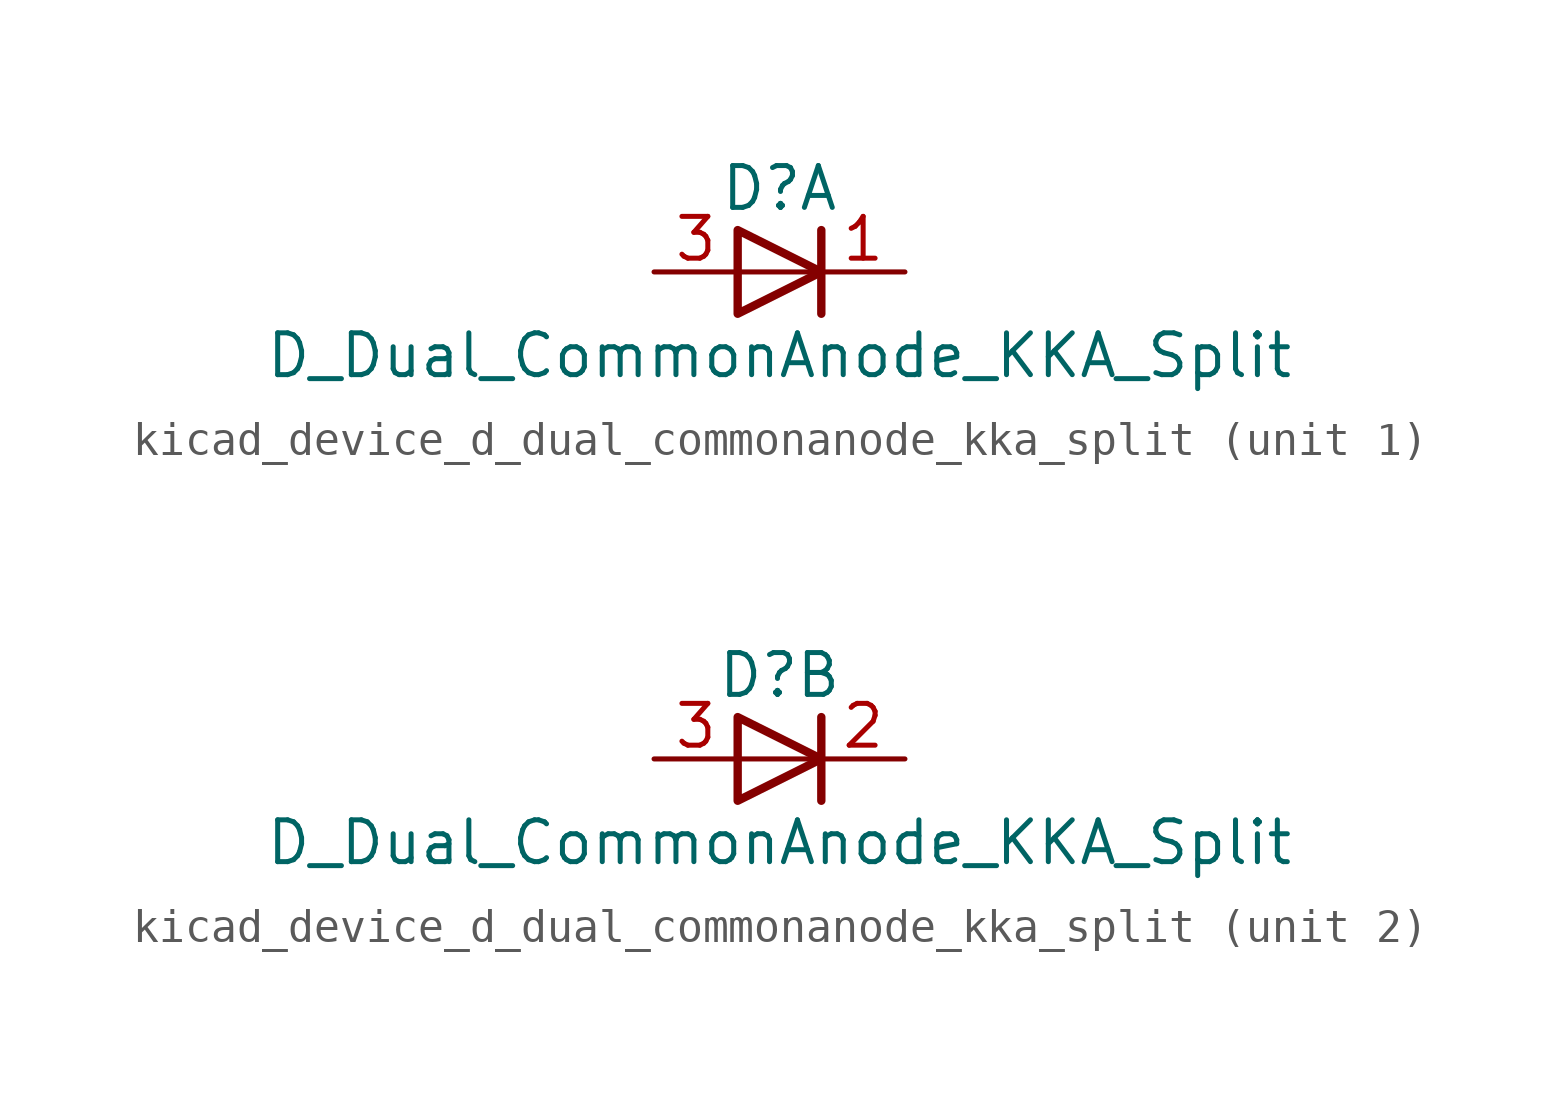
<source format=kicad_sym>
(kicad_symbol_lib
  (version 20220914)
  (generator kicad_symbol_editor)
  (symbol "kicad_device_d_dual_commonanode_kka_split"
    (pin_names
      (offset 0.762) hide)
    (property "Reference" "D"
      (at 0 2.54 0)
      (effects (font (size 1.27 1.27))))
    (property "Value" "D_Dual_CommonAnode_KKA_Split"
      (at 0 -2.54 0)
      (effects (font (size 1.27 1.27))))
    (property "ki_locked" ""
      (at 0 0 0)
      (effects (font (size 1.27 1.27))))
    (symbol "kicad_device_d_dual_commonanode_kka_split_0_0"
      (polyline (pts (xy 1.27 0) (xy -1.27 0)) (stroke (width 0) (type default)) (fill (type none)))
      (polyline (pts (xy 1.27 1.27) (xy 1.27 -1.27)) (stroke (width 0.254) (type default)) (fill (type none))))
    (symbol "kicad_device_d_dual_commonanode_kka_split_0_1"
      (polyline (pts (xy -1.27 1.27) (xy 1.27 0) (xy -1.27 -1.27) (xy -1.27 1.27) (xy -1.27 1.27) (xy -1.27 1.27)) (stroke (width 0.254) (type default)) (fill (type none)))
      (pin passive line (at -3.81 0 0) (length 2.54) (name "A" (effects (font (size 1.27 1.27)))) (number "3" (effects (font (size 1.27 1.27))))))
    (symbol "kicad_device_d_dual_commonanode_kka_split_1_1"
      (pin passive line (at 3.81 0 180) (length 2.54) (name "K" (effects (font (size 1.27 1.27)))) (number "1" (effects (font (size 1.27 1.27))))))
    (symbol "kicad_device_d_dual_commonanode_kka_split_2_1"
      (pin passive line (at 3.81 0 180) (length 2.54) (name "K" (effects (font (size 1.27 1.27)))) (number "2" (effects (font (size 1.27 1.27))))))))
</source>
